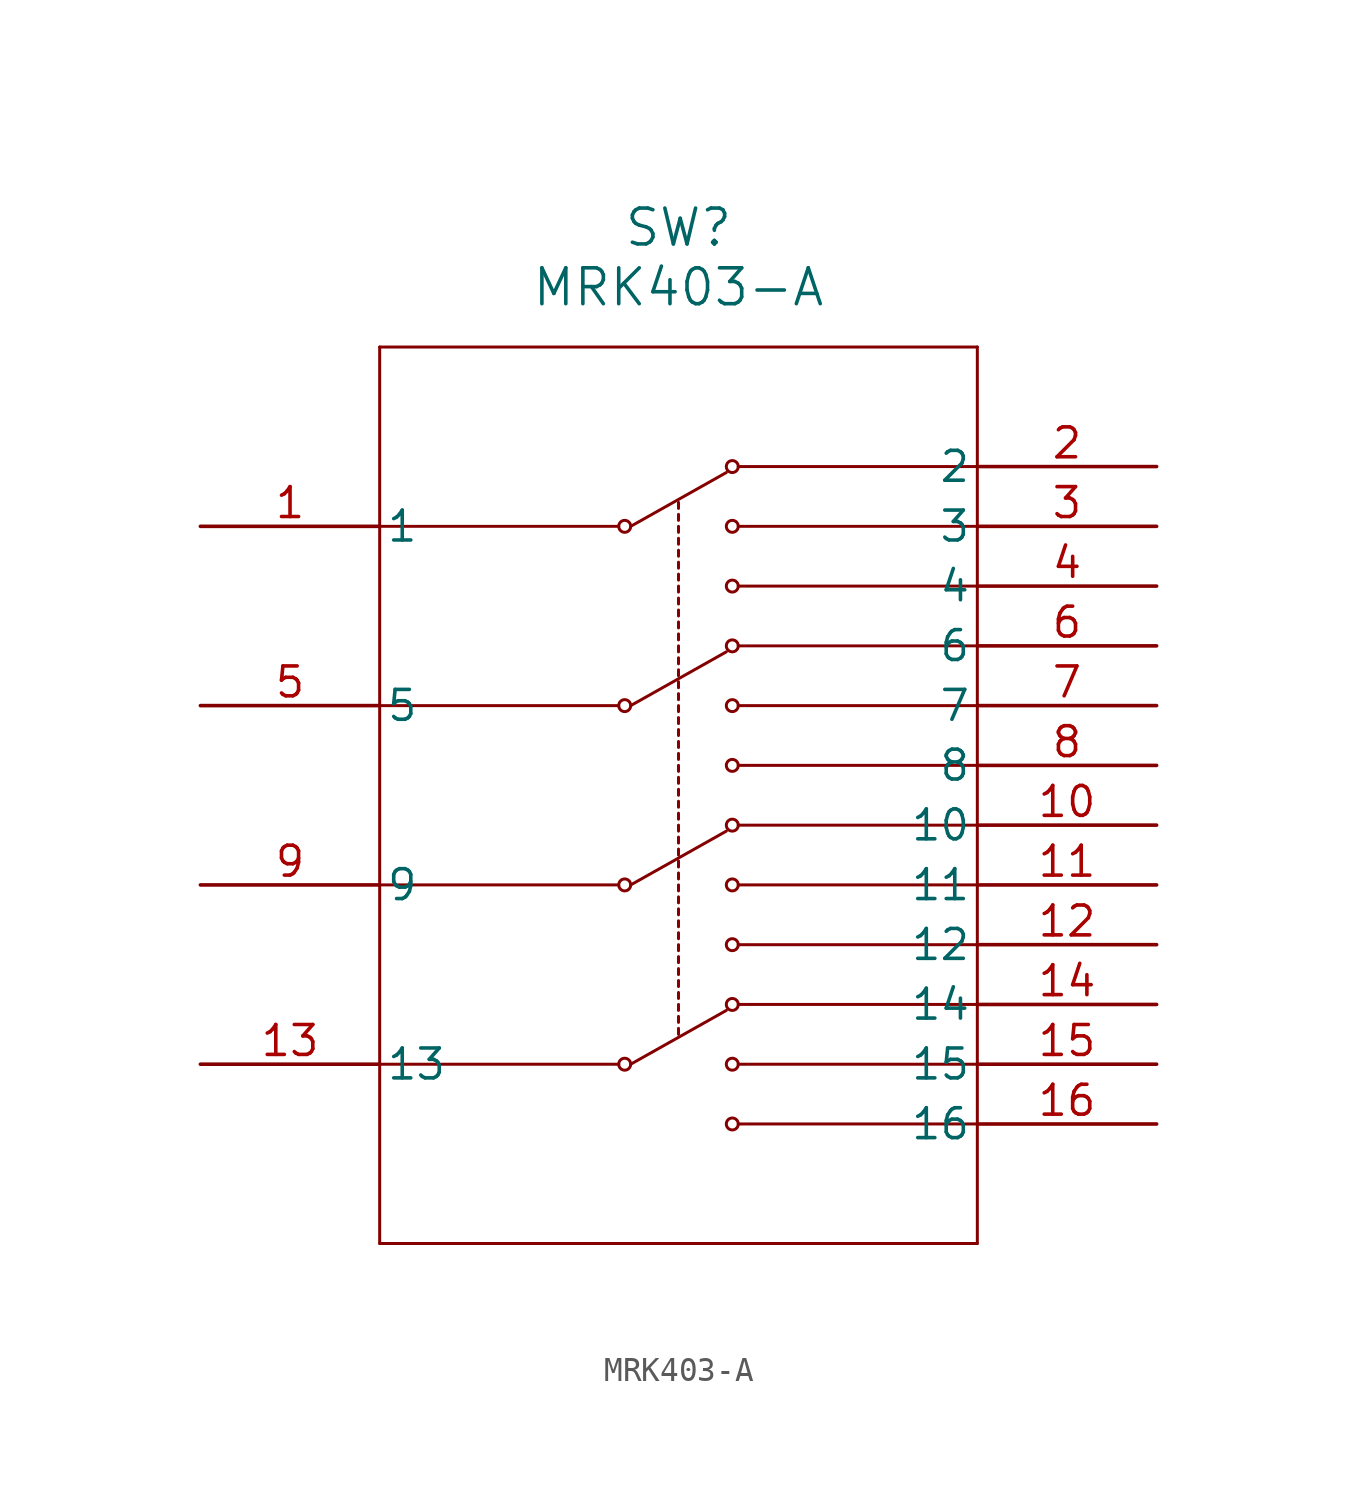
<source format=kicad_sym>
(kicad_symbol_lib
  (version 20241209)
  (generator "kicad_symbol_editor")
  (generator_version "9.0")
  (symbol "MRK403-A"
    (pin_names
      (offset 0.254))
    (property "Reference" "SW"
      (at 20.32 12.7 0)
      (effects (font (size 1.524 1.524))))
    (property "Value" "MRK403-A"
      (at 20.32 10.16 0)
      (effects (font (size 1.524 1.524))))
    (property "ki_locked" ""
      (at 0 0 0)
      (effects (font (size 1.27 1.27))))
    (symbol "MRK403-A_0_1"
      (polyline (pts (xy 7.62 7.62) (xy 7.62 -30.48)) (stroke (width 0.127) (type default)) (fill (type none)))
      (polyline (pts (xy 7.62 0) (xy 17.78 0)) (stroke (width 0.127) (type default)) (fill (type none)))
      (polyline (pts (xy 7.62 -7.62) (xy 17.78 -7.62)) (stroke (width 0.127) (type default)) (fill (type none)))
      (polyline (pts (xy 7.62 -15.24) (xy 17.78 -15.24)) (stroke (width 0.127) (type default)) (fill (type none)))
      (polyline (pts (xy 7.62 -22.86) (xy 17.78 -22.86)) (stroke (width 0.127) (type default)) (fill (type none)))
      (polyline (pts (xy 7.62 -30.48) (xy 33.02 -30.48)) (stroke (width 0.127) (type default)) (fill (type none)))
      (circle (center 18.034 0) (radius 0.254) (stroke (width 0.127) (type default)) (fill (type none)))
      (circle (center 18.034 -7.62) (radius 0.254) (stroke (width 0.127) (type default)) (fill (type none)))
      (circle (center 18.034 -15.24) (radius 0.254) (stroke (width 0.127) (type default)) (fill (type none)))
      (circle (center 18.034 -22.86) (radius 0.254) (stroke (width 0.127) (type default)) (fill (type none)))
      (polyline (pts (xy 18.288 0) (xy 22.352 2.286)) (stroke (width 0.127) (type default)) (fill (type none)))
      (polyline (pts (xy 18.288 -7.62) (xy 22.352 -5.334)) (stroke (width 0.127) (type default)) (fill (type none)))
      (polyline (pts (xy 18.288 -15.24) (xy 22.352 -12.954)) (stroke (width 0.127) (type default)) (fill (type none)))
      (polyline (pts (xy 18.288 -22.86) (xy 22.352 -20.574)) (stroke (width 0.127) (type default)) (fill (type none)))
      (polyline (pts (xy 20.32 1.016) (xy 20.32 0.762)) (stroke (width 0.127) (type default)) (fill (type none)))
      (polyline (pts (xy 20.32 0.508) (xy 20.32 0.254)) (stroke (width 0.127) (type default)) (fill (type none)))
      (polyline (pts (xy 20.32 0) (xy 20.32 -0.254)) (stroke (width 0.127) (type default)) (fill (type none)))
      (polyline (pts (xy 20.32 -0.508) (xy 20.32 -0.762)) (stroke (width 0.127) (type default)) (fill (type none)))
      (polyline (pts (xy 20.32 -1.016) (xy 20.32 -1.27)) (stroke (width 0.127) (type default)) (fill (type none)))
      (polyline (pts (xy 20.32 -1.524) (xy 20.32 -1.778)) (stroke (width 0.127) (type default)) (fill (type none)))
      (polyline (pts (xy 20.32 -2.032) (xy 20.32 -2.286)) (stroke (width 0.127) (type default)) (fill (type none)))
      (polyline (pts (xy 20.32 -2.54) (xy 20.32 -2.794)) (stroke (width 0.127) (type default)) (fill (type none)))
      (polyline (pts (xy 20.32 -3.048) (xy 20.32 -3.302)) (stroke (width 0.127) (type default)) (fill (type none)))
      (polyline (pts (xy 20.32 -3.556) (xy 20.32 -3.81)) (stroke (width 0.127) (type default)) (fill (type none)))
      (polyline (pts (xy 20.32 -4.064) (xy 20.32 -4.318)) (stroke (width 0.127) (type default)) (fill (type none)))
      (polyline (pts (xy 20.32 -4.572) (xy 20.32 -4.826)) (stroke (width 0.127) (type default)) (fill (type none)))
      (polyline (pts (xy 20.32 -5.08) (xy 20.32 -5.334)) (stroke (width 0.127) (type default)) (fill (type none)))
      (polyline (pts (xy 20.32 -5.588) (xy 20.32 -5.842)) (stroke (width 0.127) (type default)) (fill (type none)))
      (polyline (pts (xy 20.32 -6.096) (xy 20.32 -6.35)) (stroke (width 0.127) (type default)) (fill (type none)))
      (polyline (pts (xy 20.32 -6.604) (xy 20.32 -6.858)) (stroke (width 0.127) (type default)) (fill (type none)))
      (polyline (pts (xy 20.32 -7.112) (xy 20.32 -7.366)) (stroke (width 0.127) (type default)) (fill (type none)))
      (polyline (pts (xy 20.32 -7.62) (xy 20.32 -7.874)) (stroke (width 0.127) (type default)) (fill (type none)))
      (polyline (pts (xy 20.32 -8.128) (xy 20.32 -8.382)) (stroke (width 0.127) (type default)) (fill (type none)))
      (polyline (pts (xy 20.32 -8.636) (xy 20.32 -8.89)) (stroke (width 0.127) (type default)) (fill (type none)))
      (polyline (pts (xy 20.32 -9.144) (xy 20.32 -9.398)) (stroke (width 0.127) (type default)) (fill (type none)))
      (polyline (pts (xy 20.32 -9.652) (xy 20.32 -9.906)) (stroke (width 0.127) (type default)) (fill (type none)))
      (polyline (pts (xy 20.32 -10.16) (xy 20.32 -10.414)) (stroke (width 0.127) (type default)) (fill (type none)))
      (polyline (pts (xy 20.32 -10.668) (xy 20.32 -10.922)) (stroke (width 0.127) (type default)) (fill (type none)))
      (polyline (pts (xy 20.32 -11.176) (xy 20.32 -11.43)) (stroke (width 0.127) (type default)) (fill (type none)))
      (polyline (pts (xy 20.32 -11.684) (xy 20.32 -11.938)) (stroke (width 0.127) (type default)) (fill (type none)))
      (polyline (pts (xy 20.32 -12.192) (xy 20.32 -12.446)) (stroke (width 0.127) (type default)) (fill (type none)))
      (polyline (pts (xy 20.32 -12.7) (xy 20.32 -12.954)) (stroke (width 0.127) (type default)) (fill (type none)))
      (polyline (pts (xy 20.32 -13.208) (xy 20.32 -13.462)) (stroke (width 0.127) (type default)) (fill (type none)))
      (polyline (pts (xy 20.32 -13.716) (xy 20.32 -13.97)) (stroke (width 0.127) (type default)) (fill (type none)))
      (polyline (pts (xy 20.32 -14.224) (xy 20.32 -14.478)) (stroke (width 0.127) (type default)) (fill (type none)))
      (polyline (pts (xy 20.32 -14.732) (xy 20.32 -14.986)) (stroke (width 0.127) (type default)) (fill (type none)))
      (polyline (pts (xy 20.32 -15.24) (xy 20.32 -15.494)) (stroke (width 0.127) (type default)) (fill (type none)))
      (polyline (pts (xy 20.32 -15.748) (xy 20.32 -16.002)) (stroke (width 0.127) (type default)) (fill (type none)))
      (polyline (pts (xy 20.32 -16.256) (xy 20.32 -16.51)) (stroke (width 0.127) (type default)) (fill (type none)))
      (polyline (pts (xy 20.32 -16.764) (xy 20.32 -17.018)) (stroke (width 0.127) (type default)) (fill (type none)))
      (polyline (pts (xy 20.32 -17.272) (xy 20.32 -17.526)) (stroke (width 0.127) (type default)) (fill (type none)))
      (polyline (pts (xy 20.32 -17.78) (xy 20.32 -18.034)) (stroke (width 0.127) (type default)) (fill (type none)))
      (polyline (pts (xy 20.32 -18.288) (xy 20.32 -18.542)) (stroke (width 0.127) (type default)) (fill (type none)))
      (polyline (pts (xy 20.32 -18.796) (xy 20.32 -19.05)) (stroke (width 0.127) (type default)) (fill (type none)))
      (polyline (pts (xy 20.32 -19.304) (xy 20.32 -19.558)) (stroke (width 0.127) (type default)) (fill (type none)))
      (polyline (pts (xy 20.32 -19.812) (xy 20.32 -20.066)) (stroke (width 0.127) (type default)) (fill (type none)))
      (polyline (pts (xy 20.32 -20.32) (xy 20.32 -20.574)) (stroke (width 0.127) (type default)) (fill (type none)))
      (polyline (pts (xy 20.32 -20.828) (xy 20.32 -21.082)) (stroke (width 0.127) (type default)) (fill (type none)))
      (polyline (pts (xy 20.32 -21.336) (xy 20.32 -21.59)) (stroke (width 0.127) (type default)) (fill (type none)))
      (circle (center 22.606 2.54) (radius 0.254) (stroke (width 0.127) (type default)) (fill (type none)))
      (circle (center 22.606 0) (radius 0.254) (stroke (width 0.127) (type default)) (fill (type none)))
      (circle (center 22.606 -2.54) (radius 0.254) (stroke (width 0.127) (type default)) (fill (type none)))
      (circle (center 22.606 -5.08) (radius 0.254) (stroke (width 0.127) (type default)) (fill (type none)))
      (circle (center 22.606 -7.62) (radius 0.254) (stroke (width 0.127) (type default)) (fill (type none)))
      (circle (center 22.606 -10.16) (radius 0.254) (stroke (width 0.127) (type default)) (fill (type none)))
      (circle (center 22.606 -12.7) (radius 0.254) (stroke (width 0.127) (type default)) (fill (type none)))
      (circle (center 22.606 -15.24) (radius 0.254) (stroke (width 0.127) (type default)) (fill (type none)))
      (circle (center 22.606 -17.78) (radius 0.254) (stroke (width 0.127) (type default)) (fill (type none)))
      (circle (center 22.606 -20.32) (radius 0.254) (stroke (width 0.127) (type default)) (fill (type none)))
      (circle (center 22.606 -22.86) (radius 0.254) (stroke (width 0.127) (type default)) (fill (type none)))
      (circle (center 22.606 -25.4) (radius 0.254) (stroke (width 0.127) (type default)) (fill (type none)))
      (polyline (pts (xy 22.86 2.54) (xy 33.02 2.54)) (stroke (width 0.127) (type default)) (fill (type none)))
      (polyline (pts (xy 22.86 -2.54) (xy 33.02 -2.54)) (stroke (width 0.127) (type default)) (fill (type none)))
      (polyline (pts (xy 22.86 -5.08) (xy 33.02 -5.08)) (stroke (width 0.127) (type default)) (fill (type none)))
      (polyline (pts (xy 22.86 -10.16) (xy 33.02 -10.16)) (stroke (width 0.127) (type default)) (fill (type none)))
      (polyline (pts (xy 22.86 -12.7) (xy 33.02 -12.7)) (stroke (width 0.127) (type default)) (fill (type none)))
      (polyline (pts (xy 22.86 -17.78) (xy 33.02 -17.78)) (stroke (width 0.127) (type default)) (fill (type none)))
      (polyline (pts (xy 22.86 -20.32) (xy 33.02 -20.32)) (stroke (width 0.127) (type default)) (fill (type none)))
      (polyline (pts (xy 22.86 -25.4) (xy 33.02 -25.4)) (stroke (width 0.127) (type default)) (fill (type none)))
      (polyline (pts (xy 33.02 7.62) (xy 7.62 7.62)) (stroke (width 0.127) (type default)) (fill (type none)))
      (polyline (pts (xy 33.02 0) (xy 22.86 0)) (stroke (width 0.127) (type default)) (fill (type none)))
      (polyline (pts (xy 33.02 -7.62) (xy 22.86 -7.62)) (stroke (width 0.127) (type default)) (fill (type none)))
      (polyline (pts (xy 33.02 -15.24) (xy 22.86 -15.24)) (stroke (width 0.127) (type default)) (fill (type none)))
      (polyline (pts (xy 33.02 -22.86) (xy 22.86 -22.86)) (stroke (width 0.127) (type default)) (fill (type none)))
      (polyline (pts (xy 33.02 -30.48) (xy 33.02 7.62)) (stroke (width 0.127) (type default)) (fill (type none)))
      (pin unspecified line (at 0 0 0) (length 7.62) (name "1" (effects (font (size 1.27 1.27)))) (number "1" (effects (font (size 1.27 1.27)))))
      (pin unspecified line (at 0 -7.62 0) (length 7.62) (name "5" (effects (font (size 1.27 1.27)))) (number "5" (effects (font (size 1.27 1.27)))))
      (pin unspecified line (at 0 -15.24 0) (length 7.62) (name "9" (effects (font (size 1.27 1.27)))) (number "9" (effects (font (size 1.27 1.27)))))
      (pin unspecified line (at 0 -22.86 0) (length 7.62) (name "13" (effects (font (size 1.27 1.27)))) (number "13" (effects (font (size 1.27 1.27)))))
      (pin unspecified line (at 40.64 2.54 180) (length 7.62) (name "2" (effects (font (size 1.27 1.27)))) (number "2" (effects (font (size 1.27 1.27)))))
      (pin unspecified line (at 40.64 0 180) (length 7.62) (name "3" (effects (font (size 1.27 1.27)))) (number "3" (effects (font (size 1.27 1.27)))))
      (pin unspecified line (at 40.64 -2.54 180) (length 7.62) (name "4" (effects (font (size 1.27 1.27)))) (number "4" (effects (font (size 1.27 1.27)))))
      (pin unspecified line (at 40.64 -5.08 180) (length 7.62) (name "6" (effects (font (size 1.27 1.27)))) (number "6" (effects (font (size 1.27 1.27)))))
      (pin unspecified line (at 40.64 -7.62 180) (length 7.62) (name "7" (effects (font (size 1.27 1.27)))) (number "7" (effects (font (size 1.27 1.27)))))
      (pin unspecified line (at 40.64 -10.16 180) (length 7.62) (name "8" (effects (font (size 1.27 1.27)))) (number "8" (effects (font (size 1.27 1.27)))))
      (pin unspecified line (at 40.64 -12.7 180) (length 7.62) (name "10" (effects (font (size 1.27 1.27)))) (number "10" (effects (font (size 1.27 1.27)))))
      (pin unspecified line (at 40.64 -15.24 180) (length 7.62) (name "11" (effects (font (size 1.27 1.27)))) (number "11" (effects (font (size 1.27 1.27)))))
      (pin unspecified line (at 40.64 -17.78 180) (length 7.62) (name "12" (effects (font (size 1.27 1.27)))) (number "12" (effects (font (size 1.27 1.27)))))
      (pin unspecified line (at 40.64 -20.32 180) (length 7.62) (name "14" (effects (font (size 1.27 1.27)))) (number "14" (effects (font (size 1.27 1.27)))))
      (pin unspecified line (at 40.64 -22.86 180) (length 7.62) (name "15" (effects (font (size 1.27 1.27)))) (number "15" (effects (font (size 1.27 1.27)))))
      (pin unspecified line (at 40.64 -25.4 180) (length 7.62) (name "16" (effects (font (size 1.27 1.27)))) (number "16" (effects (font (size 1.27 1.27))))))))
</source>
